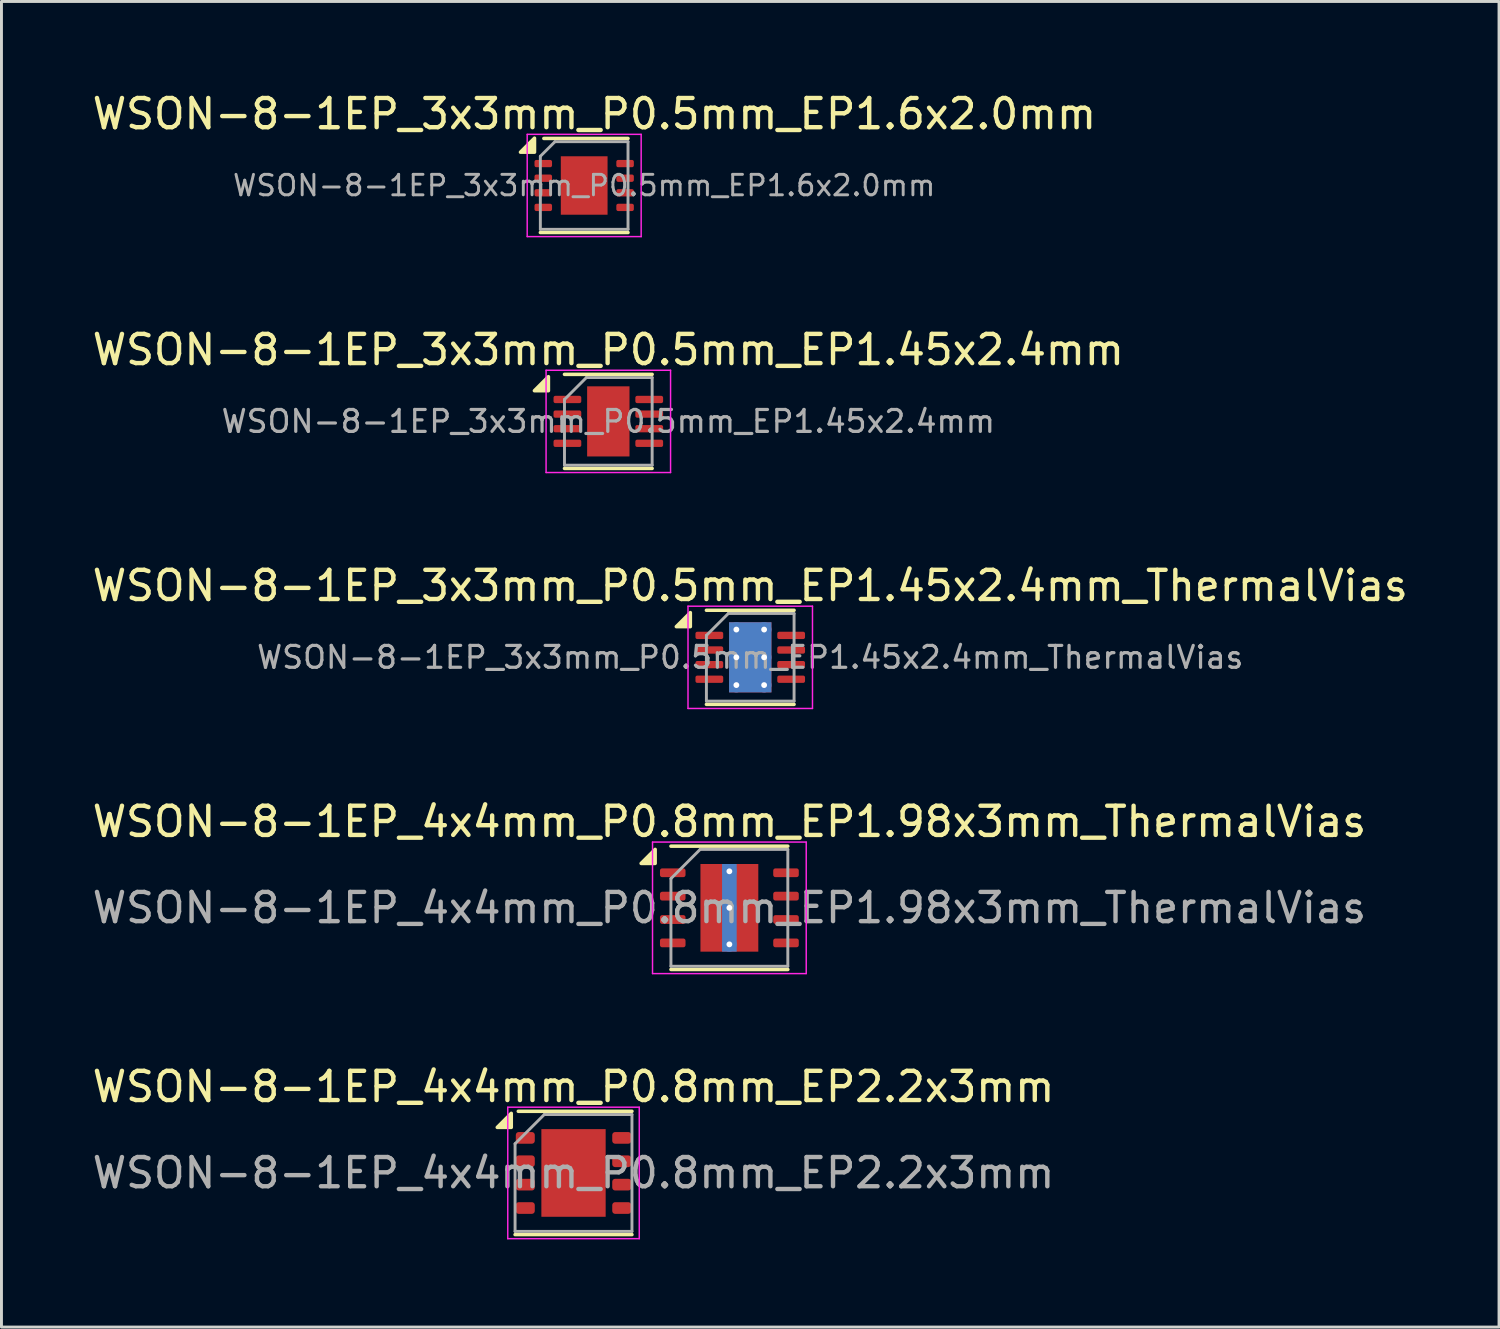
<source format=kicad_pcb>
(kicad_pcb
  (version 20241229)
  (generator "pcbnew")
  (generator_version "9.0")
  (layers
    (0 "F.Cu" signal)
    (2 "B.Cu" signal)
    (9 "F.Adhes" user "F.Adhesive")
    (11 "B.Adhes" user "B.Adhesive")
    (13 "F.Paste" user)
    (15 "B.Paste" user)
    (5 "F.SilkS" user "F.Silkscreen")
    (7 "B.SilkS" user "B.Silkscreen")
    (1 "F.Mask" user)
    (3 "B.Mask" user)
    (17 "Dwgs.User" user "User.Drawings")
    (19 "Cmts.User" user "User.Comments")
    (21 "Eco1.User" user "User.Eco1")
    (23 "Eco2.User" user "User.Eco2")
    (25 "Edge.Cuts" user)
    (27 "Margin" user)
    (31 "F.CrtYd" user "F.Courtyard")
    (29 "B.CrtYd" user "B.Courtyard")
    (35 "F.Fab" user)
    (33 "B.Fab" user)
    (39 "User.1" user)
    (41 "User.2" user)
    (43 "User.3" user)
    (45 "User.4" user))
  (footprint "WSON-8-1EP_3x3mm_P0.5mm_EP1.45x2.4mm"
    (layer "F.Cu")
    (at 17.768 11.371)
    (property "Reference" "WSON-8-1EP_3x3mm_P0.5mm_EP1.45x2.4mm" (at 0 -2.45 0) (layer "F.SilkS") (effects (font (size 1 1) (thickness 0.15))))
    (attr smd)
    (fp_line (start -1.5 -1.61) (end 1.5 -1.61) (stroke (width 0.12) (type solid)) (layer "F.SilkS"))
    (fp_line (start -1.5 1.61) (end 1.5 1.61) (stroke (width 0.12) (type solid)) (layer "F.SilkS"))
    (fp_poly (pts (xy -2.05 -1.05) (xy -2.53 -1.05) (xy -2.05 -1.53) (xy -2.05 -1.05)) (stroke (width 0.12) (type solid)) (fill yes) (layer "F.SilkS"))
    (fp_line (start -2.13 -1.75) (end -2.13 1.75) (stroke (width 0.05) (type solid)) (layer "F.CrtYd"))
    (fp_line (start -2.13 1.75) (end 2.13 1.75) (stroke (width 0.05) (type solid)) (layer "F.CrtYd"))
    (fp_line (start 2.13 -1.75) (end -2.13 -1.75) (stroke (width 0.05) (type solid)) (layer "F.CrtYd"))
    (fp_line (start 2.13 1.75) (end 2.13 -1.75) (stroke (width 0.05) (type solid)) (layer "F.CrtYd"))
    (fp_line (start -1.5 -0.75) (end -0.75 -1.5) (stroke (width 0.1) (type solid)) (layer "F.Fab"))
    (fp_line (start -1.5 1.5) (end -1.5 -0.75) (stroke (width 0.1) (type solid)) (layer "F.Fab"))
    (fp_line (start -0.75 -1.5) (end 1.5 -1.5) (stroke (width 0.1) (type solid)) (layer "F.Fab"))
    (fp_line (start 1.5 -1.5) (end 1.5 1.5) (stroke (width 0.1) (type solid)) (layer "F.Fab"))
    (fp_line (start 1.5 1.5) (end -1.5 1.5) (stroke (width 0.1) (type solid)) (layer "F.Fab"))
    (fp_text user "${REFERENCE}" (at 0 0 0) (layer "F.Fab") (effects (font (size 0.75 0.75) (thickness 0.11))))
    (pad "" smd roundrect (at 0 -0.6) (size 1.17 0.97) (layers "F.Paste") (roundrect_rratio 0.25))
    (pad "" smd roundrect (at 0 0.6) (size 1.17 0.97) (layers "F.Paste") (roundrect_rratio 0.25))
    (pad "1" smd roundrect (at -1.4 -0.75) (size 0.95 0.25) (layers "F.Cu" "F.Mask" "F.Paste") (roundrect_rratio 0.25))
    (pad "2" smd roundrect (at -1.4 -0.25) (size 0.95 0.25) (layers "F.Cu" "F.Mask" "F.Paste") (roundrect_rratio 0.25))
    (pad "3" smd roundrect (at -1.4 0.25) (size 0.95 0.25) (layers "F.Cu" "F.Mask" "F.Paste") (roundrect_rratio 0.25))
    (pad "4" smd roundrect (at -1.4 0.75) (size 0.95 0.25) (layers "F.Cu" "F.Mask" "F.Paste") (roundrect_rratio 0.25))
    (pad "5" smd roundrect (at 1.4 0.75) (size 0.95 0.25) (layers "F.Cu" "F.Mask" "F.Paste") (roundrect_rratio 0.25))
    (pad "6" smd roundrect (at 1.4 0.25) (size 0.95 0.25) (layers "F.Cu" "F.Mask" "F.Paste") (roundrect_rratio 0.25))
    (pad "7" smd roundrect (at 1.4 -0.25) (size 0.95 0.25) (layers "F.Cu" "F.Mask" "F.Paste") (roundrect_rratio 0.25))
    (pad "8" smd roundrect (at 1.4 -0.75) (size 0.95 0.25) (layers "F.Cu" "F.Mask" "F.Paste") (roundrect_rratio 0.25))
    (pad "9" smd rect (at 0 0) (size 1.45 2.4) (property pad_prop_heatsink) (layers "F.Cu" "F.Mask")))
  (footprint "WSON-8-1EP_4x4mm_P0.8mm_EP1.98x3mm_ThermalVias"
    (layer "F.Cu")
    (at 21.911 28.018)
    (property "Reference" "WSON-8-1EP_4x4mm_P0.8mm_EP1.98x3mm_ThermalVias" (at 0 -2.95 0) (layer "F.SilkS") (effects (font (size 1 1) (thickness 0.15))))
    (attr smd)
    (fp_line (start -2 -2.11) (end 2 -2.11) (stroke (width 0.12) (type solid)) (layer "F.SilkS"))
    (fp_line (start -2 2.11) (end 2 2.11) (stroke (width 0.12) (type solid)) (layer "F.SilkS"))
    (fp_poly (pts (xy -2.54 -1.52) (xy -3.02 -1.52) (xy -2.54 -2) (xy -2.54 -1.52)) (stroke (width 0.12) (type solid)) (fill yes) (layer "F.SilkS"))
    (fp_line (start -2.63 -2.25) (end -2.63 2.25) (stroke (width 0.05) (type solid)) (layer "F.CrtYd"))
    (fp_line (start -2.63 2.25) (end 2.63 2.25) (stroke (width 0.05) (type solid)) (layer "F.CrtYd"))
    (fp_line (start 2.63 -2.25) (end -2.63 -2.25) (stroke (width 0.05) (type solid)) (layer "F.CrtYd"))
    (fp_line (start 2.63 2.25) (end 2.63 -2.25) (stroke (width 0.05) (type solid)) (layer "F.CrtYd"))
    (fp_line (start -2 -1) (end -1 -2) (stroke (width 0.1) (type solid)) (layer "F.Fab"))
    (fp_line (start -2 2) (end -2 -1) (stroke (width 0.1) (type solid)) (layer "F.Fab"))
    (fp_line (start -1 -2) (end 2 -2) (stroke (width 0.1) (type solid)) (layer "F.Fab"))
    (fp_line (start 2 -2) (end 2 2) (stroke (width 0.1) (type solid)) (layer "F.Fab"))
    (fp_line (start 2 2) (end -2 2) (stroke (width 0.1) (type solid)) (layer "F.Fab"))
    (fp_text user "${REFERENCE}" (at 0 0 0) (layer "F.Fab") (effects (font (size 1 1) (thickness 0.15))))
    (pad "" smd roundrect (at -0.495 -0.625) (size 0.798 1.008) (layers "F.Paste") (roundrect_rratio 0.25))
    (pad "" smd roundrect (at -0.495 0.625) (size 0.798 1.008) (layers "F.Paste") (roundrect_rratio 0.25))
    (pad "" smd roundrect (at 0.495 -0.625) (size 0.798 1.008) (layers "F.Paste") (roundrect_rratio 0.25))
    (pad "" smd roundrect (at 0.495 0.625) (size 0.798 1.008) (layers "F.Paste") (roundrect_rratio 0.25))
    (pad "1" smd roundrect (at -1.938 -1.2) (size 0.875 0.3) (layers "F.Cu" "F.Mask" "F.Paste") (roundrect_rratio 0.25))
    (pad "2" smd roundrect (at -1.938 -0.4) (size 0.875 0.3) (layers "F.Cu" "F.Mask" "F.Paste") (roundrect_rratio 0.25))
    (pad "3" smd roundrect (at -1.938 0.4) (size 0.875 0.3) (layers "F.Cu" "F.Mask" "F.Paste") (roundrect_rratio 0.25))
    (pad "4" smd roundrect (at -1.938 1.2) (size 0.875 0.3) (layers "F.Cu" "F.Mask" "F.Paste") (roundrect_rratio 0.25))
    (pad "5" smd roundrect (at 1.938 1.2) (size 0.875 0.3) (layers "F.Cu" "F.Mask" "F.Paste") (roundrect_rratio 0.25))
    (pad "6" smd roundrect (at 1.938 0.4) (size 0.875 0.3) (layers "F.Cu" "F.Mask" "F.Paste") (roundrect_rratio 0.25))
    (pad "7" smd roundrect (at 1.938 -0.4) (size 0.875 0.3) (layers "F.Cu" "F.Mask" "F.Paste") (roundrect_rratio 0.25))
    (pad "8" smd roundrect (at 1.938 -1.2) (size 0.875 0.3) (layers "F.Cu" "F.Mask" "F.Paste") (roundrect_rratio 0.25))
    (pad "9" thru_hole circle (at 0 -1.25) (size 0.5 0.5) (drill 0.2) (property pad_prop_heatsink) (layers "*.Cu"))
    (pad "9" thru_hole circle (at 0 0) (size 0.5 0.5) (drill 0.2) (property pad_prop_heatsink) (layers "*.Cu"))
    (pad "9" smd rect (at 0 0) (size 0.5 3) (property pad_prop_heatsink) (layers "B.Cu"))
    (pad "9" smd rect (at 0 0) (size 1.98 3) (property pad_prop_heatsink) (layers "F.Cu" "F.Mask"))
    (pad "9" thru_hole circle (at 0 1.25) (size 0.5 0.5) (drill 0.2) (property pad_prop_heatsink) (layers "*.Cu")))
  (footprint "WSON-8-1EP_3x3mm_P0.5mm_EP1.6x2.0mm"
    (layer "F.Cu")
    (at 16.942 3.298)
    (property "Reference" "WSON-8-1EP_3x3mm_P0.5mm_EP1.6x2.0mm" (at 0.35 -2.45 0) (layer "F.SilkS") (effects (font (size 1 1) (thickness 0.15))))
    (attr smd)
    (fp_line (start -1.5 1.61) (end 1.5 1.61) (stroke (width 0.12) (type solid)) (layer "F.SilkS"))
    (fp_line (start -1.38 -1.61) (end 1.5 -1.61) (stroke (width 0.12) (type solid)) (layer "F.SilkS"))
    (fp_poly (pts (xy -1.7 -1.14) (xy -2.18 -1.14) (xy -1.7 -1.62) (xy -1.7 -1.14)) (stroke (width 0.12) (type solid)) (fill yes) (layer "F.SilkS"))
    (fp_line (start -1.95 -1.75) (end -1.95 1.75) (stroke (width 0.05) (type solid)) (layer "F.CrtYd"))
    (fp_line (start -1.95 -1.75) (end 1.95 -1.75) (stroke (width 0.05) (type solid)) (layer "F.CrtYd"))
    (fp_line (start -1.95 1.75) (end 1.95 1.75) (stroke (width 0.05) (type solid)) (layer "F.CrtYd"))
    (fp_line (start 1.95 -1.75) (end 1.95 1.75) (stroke (width 0.05) (type solid)) (layer "F.CrtYd"))
    (fp_line (start -1.5 1.5) (end -1.5 -1) (stroke (width 0.1) (type solid)) (layer "F.Fab"))
    (fp_line (start -1 -1.5) (end -1.5 -1) (stroke (width 0.1) (type solid)) (layer "F.Fab"))
    (fp_line (start -1 -1.5) (end 1.5 -1.5) (stroke (width 0.1) (type solid)) (layer "F.Fab"))
    (fp_line (start 1.5 -1.5) (end 1.5 1.5) (stroke (width 0.1) (type solid)) (layer "F.Fab"))
    (fp_line (start 1.5 1.5) (end -1.5 1.5) (stroke (width 0.1) (type solid)) (layer "F.Fab"))
    (fp_text user "${REFERENCE}" (at 0 0 0) (layer "F.Fab") (effects (font (size 0.7 0.7) (thickness 0.1))))
    (pad "" smd rect (at -0.45 -0.55) (size 0.6 0.8) (layers "F.Paste"))
    (pad "" smd rect (at -0.45 0.55) (size 0.6 0.8) (layers "F.Paste"))
    (pad "" smd rect (at 0.45 -0.55) (size 0.6 0.8) (layers "F.Paste"))
    (pad "" smd rect (at 0.45 0.55) (size 0.6 0.8) (layers "F.Paste"))
    (pad "1" smd roundrect (at -1.4 -0.75) (size 0.6 0.25) (layers "F.Cu" "F.Mask" "F.Paste") (roundrect_rratio 0.25))
    (pad "2" smd roundrect (at -1.4 -0.25) (size 0.6 0.25) (layers "F.Cu" "F.Mask" "F.Paste") (roundrect_rratio 0.25))
    (pad "3" smd roundrect (at -1.4 0.25) (size 0.6 0.25) (layers "F.Cu" "F.Mask" "F.Paste") (roundrect_rratio 0.25))
    (pad "4" smd roundrect (at -1.4 0.75) (size 0.6 0.25) (layers "F.Cu" "F.Mask" "F.Paste") (roundrect_rratio 0.25))
    (pad "5" smd roundrect (at 1.4 0.75) (size 0.6 0.25) (layers "F.Cu" "F.Mask" "F.Paste") (roundrect_rratio 0.25))
    (pad "6" smd roundrect (at 1.4 0.25) (size 0.6 0.25) (layers "F.Cu" "F.Mask" "F.Paste") (roundrect_rratio 0.25))
    (pad "7" smd roundrect (at 1.4 -0.25) (size 0.6 0.25) (layers "F.Cu" "F.Mask" "F.Paste") (roundrect_rratio 0.25))
    (pad "8" smd roundrect (at 1.4 -0.75) (size 0.6 0.25) (layers "F.Cu" "F.Mask" "F.Paste") (roundrect_rratio 0.25))
    (pad "9" smd rect (at 0 0) (size 1.6 2) (layers "F.Cu" "F.Mask")))
  (footprint "WSON-8-1EP_3x3mm_P0.5mm_EP1.45x2.4mm_ThermalVias"
    (layer "F.Cu")
    (at 22.625 19.445)
    (property "Reference" "WSON-8-1EP_3x3mm_P0.5mm_EP1.45x2.4mm_ThermalVias" (at 0 -2.45 0) (layer "F.SilkS") (effects (font (size 1 1) (thickness 0.15))))
    (attr smd)
    (fp_line (start -1.5 -1.61) (end 1.5 -1.61) (stroke (width 0.12) (type solid)) (layer "F.SilkS"))
    (fp_line (start -1.5 1.61) (end 1.5 1.61) (stroke (width 0.12) (type solid)) (layer "F.SilkS"))
    (fp_poly (pts (xy -2.05 -1.05) (xy -2.53 -1.05) (xy -2.05 -1.53) (xy -2.05 -1.05)) (stroke (width 0.12) (type solid)) (fill yes) (layer "F.SilkS"))
    (fp_line (start -2.13 -1.75) (end -2.13 1.75) (stroke (width 0.05) (type solid)) (layer "F.CrtYd"))
    (fp_line (start -2.13 1.75) (end 2.13 1.75) (stroke (width 0.05) (type solid)) (layer "F.CrtYd"))
    (fp_line (start 2.13 -1.75) (end -2.13 -1.75) (stroke (width 0.05) (type solid)) (layer "F.CrtYd"))
    (fp_line (start 2.13 1.75) (end 2.13 -1.75) (stroke (width 0.05) (type solid)) (layer "F.CrtYd"))
    (fp_line (start -1.5 -0.75) (end -0.75 -1.5) (stroke (width 0.1) (type solid)) (layer "F.Fab"))
    (fp_line (start -1.5 1.5) (end -1.5 -0.75) (stroke (width 0.1) (type solid)) (layer "F.Fab"))
    (fp_line (start -0.75 -1.5) (end 1.5 -1.5) (stroke (width 0.1) (type solid)) (layer "F.Fab"))
    (fp_line (start 1.5 -1.5) (end 1.5 1.5) (stroke (width 0.1) (type solid)) (layer "F.Fab"))
    (fp_line (start 1.5 1.5) (end -1.5 1.5) (stroke (width 0.1) (type solid)) (layer "F.Fab"))
    (fp_text user "${REFERENCE}" (at 0 0 0) (layer "F.Fab") (effects (font (size 0.75 0.75) (thickness 0.11))))
    (pad "" smd roundrect (at 0 -0.6) (size 1.26 1.04) (layers "F.Paste") (roundrect_rratio 0.24))
    (pad "" smd roundrect (at 0 0.6) (size 1.26 1.04) (layers "F.Paste") (roundrect_rratio 0.24))
    (pad "1" smd roundrect (at -1.4 -0.75) (size 0.95 0.25) (layers "F.Cu" "F.Mask" "F.Paste") (roundrect_rratio 0.25))
    (pad "2" smd roundrect (at -1.4 -0.25) (size 0.95 0.25) (layers "F.Cu" "F.Mask" "F.Paste") (roundrect_rratio 0.25))
    (pad "3" smd roundrect (at -1.4 0.25) (size 0.95 0.25) (layers "F.Cu" "F.Mask" "F.Paste") (roundrect_rratio 0.25))
    (pad "4" smd roundrect (at -1.4 0.75) (size 0.95 0.25) (layers "F.Cu" "F.Mask" "F.Paste") (roundrect_rratio 0.25))
    (pad "5" smd roundrect (at 1.4 0.75) (size 0.95 0.25) (layers "F.Cu" "F.Mask" "F.Paste") (roundrect_rratio 0.25))
    (pad "6" smd roundrect (at 1.4 0.25) (size 0.95 0.25) (layers "F.Cu" "F.Mask" "F.Paste") (roundrect_rratio 0.25))
    (pad "7" smd roundrect (at 1.4 -0.25) (size 0.95 0.25) (layers "F.Cu" "F.Mask" "F.Paste") (roundrect_rratio 0.25))
    (pad "8" smd roundrect (at 1.4 -0.75) (size 0.95 0.25) (layers "F.Cu" "F.Mask" "F.Paste") (roundrect_rratio 0.25))
    (pad "9" thru_hole circle (at -0.475 -0.95) (size 0.5 0.5) (drill 0.2) (property pad_prop_heatsink) (layers "*.Cu"))
    (pad "9" thru_hole circle (at -0.475 0) (size 0.5 0.5) (drill 0.2) (property pad_prop_heatsink) (layers "*.Cu"))
    (pad "9" thru_hole circle (at -0.475 0.95) (size 0.5 0.5) (drill 0.2) (property pad_prop_heatsink) (layers "*.Cu"))
    (pad "9" smd rect (at 0 0) (size 1.45 2.4) (property pad_prop_heatsink) (layers "F.Cu" "F.Mask"))
    (pad "9" smd rect (at 0 0) (size 1.45 2.4) (property pad_prop_heatsink) (layers "B.Cu"))
    (pad "9" thru_hole circle (at 0.475 -0.95) (size 0.5 0.5) (drill 0.2) (property pad_prop_heatsink) (layers "*.Cu"))
    (pad "9" thru_hole circle (at 0.475 0) (size 0.5 0.5) (drill 0.2) (property pad_prop_heatsink) (layers "*.Cu"))
    (pad "9" thru_hole circle (at 0.475 0.95) (size 0.5 0.5) (drill 0.2) (property pad_prop_heatsink) (layers "*.Cu")))
  (footprint "WSON-8-1EP_4x4mm_P0.8mm_EP2.2x3mm"
    (layer "F.Cu")
    (at 16.577 37.091)
    (property "Reference" "WSON-8-1EP_4x4mm_P0.8mm_EP2.2x3mm" (at 0 -2.95 0) (layer "F.SilkS") (effects (font (size 1 1) (thickness 0.15))))
    (attr smd)
    (fp_line (start -2 2.11) (end 2 2.11) (stroke (width 0.12) (type solid)) (layer "F.SilkS"))
    (fp_line (start -1.89 -2.11) (end 2 -2.11) (stroke (width 0.12) (type solid)) (layer "F.SilkS"))
    (fp_poly (pts (xy -2.13 -1.56) (xy -2.61 -1.56) (xy -2.13 -2.04) (xy -2.13 -1.56)) (stroke (width 0.12) (type solid)) (fill yes) (layer "F.SilkS"))
    (fp_line (start -2.25 -2.25) (end -2.25 2.25) (stroke (width 0.05) (type solid)) (layer "F.CrtYd"))
    (fp_line (start -2.25 2.25) (end 2.25 2.25) (stroke (width 0.05) (type solid)) (layer "F.CrtYd"))
    (fp_line (start 2.25 -2.25) (end -2.25 -2.25) (stroke (width 0.05) (type solid)) (layer "F.CrtYd"))
    (fp_line (start 2.25 2.25) (end 2.25 -2.25) (stroke (width 0.05) (type solid)) (layer "F.CrtYd"))
    (fp_line (start -2 -1) (end -1 -2) (stroke (width 0.1) (type solid)) (layer "F.Fab"))
    (fp_line (start -2 2) (end -2 -1) (stroke (width 0.1) (type solid)) (layer "F.Fab"))
    (fp_line (start -1 -2) (end 2 -2) (stroke (width 0.1) (type solid)) (layer "F.Fab"))
    (fp_line (start 2 -2) (end 2 2) (stroke (width 0.1) (type solid)) (layer "F.Fab"))
    (fp_line (start 2 2) (end -2 2) (stroke (width 0.1) (type solid)) (layer "F.Fab"))
    (fp_text user "${REFERENCE}" (at 0 0 0) (layer "F.Fab") (effects (font (size 1 1) (thickness 0.15))))
    (pad "" smd roundrect (at -0.55 -0.75) (size 0.89 1.21) (layers "F.Paste") (roundrect_rratio 0.25))
    (pad "" smd roundrect (at -0.55 0.75) (size 0.89 1.21) (layers "F.Paste") (roundrect_rratio 0.25))
    (pad "" smd roundrect (at 0.55 -0.75) (size 0.89 1.21) (layers "F.Paste") (roundrect_rratio 0.25))
    (pad "" smd roundrect (at 0.55 0.75) (size 0.89 1.21) (layers "F.Paste") (roundrect_rratio 0.25))
    (pad "1" smd roundrect (at -1.65 -1.2) (size 0.65 0.4) (layers "F.Cu" "F.Mask" "F.Paste") (roundrect_rratio 0.25))
    (pad "2" smd roundrect (at -1.65 -0.4) (size 0.65 0.4) (layers "F.Cu" "F.Mask" "F.Paste") (roundrect_rratio 0.25))
    (pad "3" smd roundrect (at -1.65 0.4) (size 0.65 0.4) (layers "F.Cu" "F.Mask" "F.Paste") (roundrect_rratio 0.25))
    (pad "4" smd roundrect (at -1.65 1.2) (size 0.65 0.4) (layers "F.Cu" "F.Mask" "F.Paste") (roundrect_rratio 0.25))
    (pad "5" smd roundrect (at 1.65 1.2) (size 0.65 0.4) (layers "F.Cu" "F.Mask" "F.Paste") (roundrect_rratio 0.25))
    (pad "6" smd roundrect (at 1.65 0.4) (size 0.65 0.4) (layers "F.Cu" "F.Mask" "F.Paste") (roundrect_rratio 0.25))
    (pad "7" smd roundrect (at 1.65 -0.4) (size 0.65 0.4) (layers "F.Cu" "F.Mask" "F.Paste") (roundrect_rratio 0.25))
    (pad "8" smd roundrect (at 1.65 -1.2) (size 0.65 0.4) (layers "F.Cu" "F.Mask" "F.Paste") (roundrect_rratio 0.25))
    (pad "9" smd rect (at 0 0) (size 2.2 3) (property pad_prop_heatsink) (layers "F.Cu" "F.Mask")))
  (gr_rect
    (start -3 -3)
    (end 48.25 42.366)
    (stroke (width 0.1) (type default))
    (fill no)
    (layer "Edge.Cuts")))
</source>
